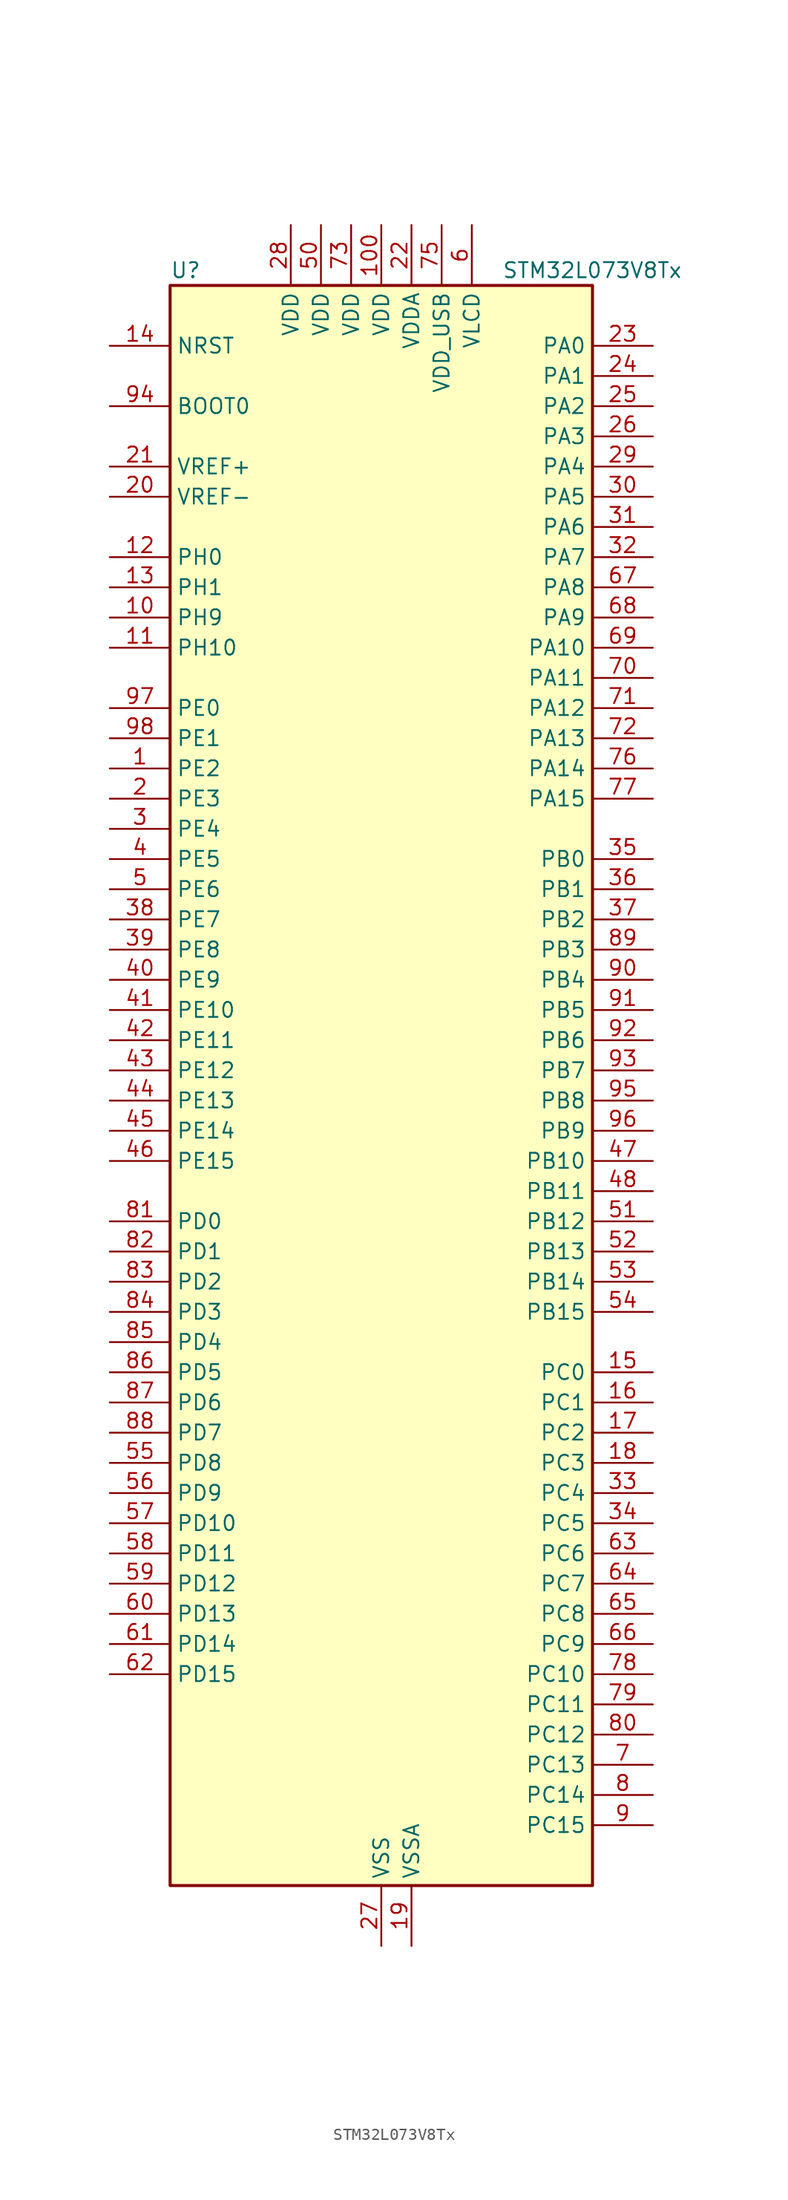
<source format=kicad_sym>
(kicad_symbol_lib
  (version 20241209)
  (generator "kicad_symbol_editor")
  (generator_version "9.0")
  (symbol "STM32L073V8Tx"
    (property "Reference" "U"
      (at -17.78 69.85 0)
      (effects (font (size 1.27 1.27)) (justify left)))
    (property "Value" "STM32L073V8Tx"
      (at 10.16 69.85 0)
      (effects (font (size 1.27 1.27)) (justify left)))
    (symbol "STM32L073V8Tx_0_1"
      (rectangle (start -17.78 -66.04) (end 17.78 68.58) (stroke (width 0.254) (type default)) (fill (type background))))
    (symbol "STM32L073V8Tx_1_1"
      (pin input line (at -22.86 63.5 0) (length 5.08) (name "NRST" (effects (font (size 1.27 1.27)))) (number "14" (effects (font (size 1.27 1.27)))))
      (pin input line (at -22.86 58.42 0) (length 5.08) (name "BOOT0" (effects (font (size 1.27 1.27)))) (number "94" (effects (font (size 1.27 1.27)))))
      (pin input line (at -22.86 53.34 0) (length 5.08) (name "VREF+" (effects (font (size 1.27 1.27)))) (number "21" (effects (font (size 1.27 1.27)))))
      (pin input line (at -22.86 50.8 0) (length 5.08) (name "VREF-" (effects (font (size 1.27 1.27)))) (number "20" (effects (font (size 1.27 1.27)))))
      (pin bidirectional line (at -22.86 45.72 0) (length 5.08) (name "PH0" (effects (font (size 1.27 1.27)))) (number "12" (effects (font (size 1.27 1.27)))) (alternate "CRS_SYNC" bidirectional line) (alternate "RCC_OSC_IN" bidirectional line))
      (pin bidirectional line (at -22.86 43.18 0) (length 5.08) (name "PH1" (effects (font (size 1.27 1.27)))) (number "13" (effects (font (size 1.27 1.27)))) (alternate "RCC_OSC_OUT" bidirectional line))
      (pin bidirectional line (at -22.86 40.64 0) (length 5.08) (name "PH9" (effects (font (size 1.27 1.27)))) (number "10" (effects (font (size 1.27 1.27)))) (alternate "DAC_EXTI9" bidirectional line))
      (pin bidirectional line (at -22.86 38.1 0) (length 5.08) (name "PH10" (effects (font (size 1.27 1.27)))) (number "11" (effects (font (size 1.27 1.27)))))
      (pin bidirectional line (at -22.86 33.02 0) (length 5.08) (name "PE0" (effects (font (size 1.27 1.27)))) (number "97" (effects (font (size 1.27 1.27)))) (alternate "LCD_SEG36" bidirectional line))
      (pin bidirectional line (at -22.86 30.48 0) (length 5.08) (name "PE1" (effects (font (size 1.27 1.27)))) (number "98" (effects (font (size 1.27 1.27)))) (alternate "LCD_SEG37" bidirectional line))
      (pin bidirectional line (at -22.86 27.94 0) (length 5.08) (name "PE2" (effects (font (size 1.27 1.27)))) (number "1" (effects (font (size 1.27 1.27)))) (alternate "LCD_SEG38" bidirectional line) (alternate "TIM3_ETR" bidirectional line))
      (pin bidirectional line (at -22.86 25.4 0) (length 5.08) (name "PE3" (effects (font (size 1.27 1.27)))) (number "2" (effects (font (size 1.27 1.27)))) (alternate "LCD_SEG39" bidirectional line) (alternate "TIM22_CH1" bidirectional line) (alternate "TIM3_CH1" bidirectional line))
      (pin bidirectional line (at -22.86 22.86 0) (length 5.08) (name "PE4" (effects (font (size 1.27 1.27)))) (number "3" (effects (font (size 1.27 1.27)))) (alternate "TIM22_CH2" bidirectional line) (alternate "TIM3_CH2" bidirectional line))
      (pin bidirectional line (at -22.86 20.32 0) (length 5.08) (name "PE5" (effects (font (size 1.27 1.27)))) (number "4" (effects (font (size 1.27 1.27)))) (alternate "TIM21_CH1" bidirectional line) (alternate "TIM3_CH3" bidirectional line))
      (pin bidirectional line (at -22.86 17.78 0) (length 5.08) (name "PE6" (effects (font (size 1.27 1.27)))) (number "5" (effects (font (size 1.27 1.27)))) (alternate "RTC_TAMP3" bidirectional line) (alternate "SYS_WKUP3" bidirectional line) (alternate "TIM21_CH2" bidirectional line) (alternate "TIM3_CH4" bidirectional line))
      (pin bidirectional line (at -22.86 15.24 0) (length 5.08) (name "PE7" (effects (font (size 1.27 1.27)))) (number "38" (effects (font (size 1.27 1.27)))) (alternate "LCD_SEG45" bidirectional line) (alternate "USART5_CK" bidirectional line) (alternate "USART5_DE" bidirectional line) (alternate "USART5_RTS" bidirectional line))
      (pin bidirectional line (at -22.86 12.7 0) (length 5.08) (name "PE8" (effects (font (size 1.27 1.27)))) (number "39" (effects (font (size 1.27 1.27)))) (alternate "LCD_SEG46" bidirectional line) (alternate "USART4_TX" bidirectional line))
      (pin bidirectional line (at -22.86 10.16 0) (length 5.08) (name "PE9" (effects (font (size 1.27 1.27)))) (number "40" (effects (font (size 1.27 1.27)))) (alternate "DAC_EXTI9" bidirectional line) (alternate "LCD_SEG47" bidirectional line) (alternate "TIM2_CH1" bidirectional line) (alternate "TIM2_ETR" bidirectional line) (alternate "USART4_RX" bidirectional line))
      (pin bidirectional line (at -22.86 7.62 0) (length 5.08) (name "PE10" (effects (font (size 1.27 1.27)))) (number "41" (effects (font (size 1.27 1.27)))) (alternate "LCD_SEG40" bidirectional line) (alternate "TIM2_CH2" bidirectional line) (alternate "USART5_TX" bidirectional line))
      (pin bidirectional line (at -22.86 5.08 0) (length 5.08) (name "PE11" (effects (font (size 1.27 1.27)))) (number "42" (effects (font (size 1.27 1.27)))) (alternate "ADC_EXTI11" bidirectional line) (alternate "LCD_VLCD1" bidirectional line) (alternate "TIM2_CH3" bidirectional line) (alternate "USART5_RX" bidirectional line))
      (pin bidirectional line (at -22.86 2.54 0) (length 5.08) (name "PE12" (effects (font (size 1.27 1.27)))) (number "43" (effects (font (size 1.27 1.27)))) (alternate "LCD_VLCD3" bidirectional line) (alternate "SPI1_NSS" bidirectional line) (alternate "TIM2_CH4" bidirectional line))
      (pin bidirectional line (at -22.86 0 0) (length 5.08) (name "PE13" (effects (font (size 1.27 1.27)))) (number "44" (effects (font (size 1.27 1.27)))) (alternate "LCD_SEG41" bidirectional line) (alternate "SPI1_SCK" bidirectional line))
      (pin bidirectional line (at -22.86 -2.54 0) (length 5.08) (name "PE14" (effects (font (size 1.27 1.27)))) (number "45" (effects (font (size 1.27 1.27)))) (alternate "LCD_SEG42" bidirectional line) (alternate "SPI1_MISO" bidirectional line))
      (pin bidirectional line (at -22.86 -5.08 0) (length 5.08) (name "PE15" (effects (font (size 1.27 1.27)))) (number "46" (effects (font (size 1.27 1.27)))) (alternate "LCD_SEG43" bidirectional line) (alternate "SPI1_MOSI" bidirectional line))
      (pin bidirectional line (at -22.86 -10.16 0) (length 5.08) (name "PD0" (effects (font (size 1.27 1.27)))) (number "81" (effects (font (size 1.27 1.27)))) (alternate "I2S2_WS" bidirectional line) (alternate "SPI2_NSS" bidirectional line) (alternate "TIM21_CH1" bidirectional line))
      (pin bidirectional line (at -22.86 -12.7 0) (length 5.08) (name "PD1" (effects (font (size 1.27 1.27)))) (number "82" (effects (font (size 1.27 1.27)))) (alternate "I2S2_CK" bidirectional line) (alternate "SPI2_SCK" bidirectional line))
      (pin bidirectional line (at -22.86 -15.24 0) (length 5.08) (name "PD2" (effects (font (size 1.27 1.27)))) (number "83" (effects (font (size 1.27 1.27)))) (alternate "LCD_COM7" bidirectional line) (alternate "LCD_SEG31" bidirectional line) (alternate "LCD_SEG51" bidirectional line) (alternate "LPUART1_DE" bidirectional line) (alternate "LPUART1_RTS" bidirectional line) (alternate "TIM3_ETR" bidirectional line) (alternate "USART5_RX" bidirectional line))
      (pin bidirectional line (at -22.86 -17.78 0) (length 5.08) (name "PD3" (effects (font (size 1.27 1.27)))) (number "84" (effects (font (size 1.27 1.27)))) (alternate "I2S2_MCK" bidirectional line) (alternate "LCD_SEG44" bidirectional line) (alternate "SPI2_MISO" bidirectional line) (alternate "USART2_CTS" bidirectional line))
      (pin bidirectional line (at -22.86 -20.32 0) (length 5.08) (name "PD4" (effects (font (size 1.27 1.27)))) (number "85" (effects (font (size 1.27 1.27)))) (alternate "I2S2_SD" bidirectional line) (alternate "SPI2_MOSI" bidirectional line) (alternate "USART2_DE" bidirectional line) (alternate "USART2_RTS" bidirectional line))
      (pin bidirectional line (at -22.86 -22.86 0) (length 5.08) (name "PD5" (effects (font (size 1.27 1.27)))) (number "86" (effects (font (size 1.27 1.27)))) (alternate "USART2_TX" bidirectional line))
      (pin bidirectional line (at -22.86 -25.4 0) (length 5.08) (name "PD6" (effects (font (size 1.27 1.27)))) (number "87" (effects (font (size 1.27 1.27)))) (alternate "USART2_RX" bidirectional line))
      (pin bidirectional line (at -22.86 -27.94 0) (length 5.08) (name "PD7" (effects (font (size 1.27 1.27)))) (number "88" (effects (font (size 1.27 1.27)))) (alternate "TIM21_CH2" bidirectional line) (alternate "USART2_CK" bidirectional line))
      (pin bidirectional line (at -22.86 -30.48 0) (length 5.08) (name "PD8" (effects (font (size 1.27 1.27)))) (number "55" (effects (font (size 1.27 1.27)))) (alternate "LCD_SEG28" bidirectional line) (alternate "LPUART1_TX" bidirectional line))
      (pin bidirectional line (at -22.86 -33.02 0) (length 5.08) (name "PD9" (effects (font (size 1.27 1.27)))) (number "56" (effects (font (size 1.27 1.27)))) (alternate "DAC_EXTI9" bidirectional line) (alternate "LCD_SEG29" bidirectional line) (alternate "LPUART1_RX" bidirectional line))
      (pin bidirectional line (at -22.86 -35.56 0) (length 5.08) (name "PD10" (effects (font (size 1.27 1.27)))) (number "57" (effects (font (size 1.27 1.27)))) (alternate "LCD_SEG30" bidirectional line))
      (pin bidirectional line (at -22.86 -38.1 0) (length 5.08) (name "PD11" (effects (font (size 1.27 1.27)))) (number "58" (effects (font (size 1.27 1.27)))) (alternate "ADC_EXTI11" bidirectional line) (alternate "LCD_SEG31" bidirectional line) (alternate "LPUART1_CTS" bidirectional line))
      (pin bidirectional line (at -22.86 -40.64 0) (length 5.08) (name "PD12" (effects (font (size 1.27 1.27)))) (number "59" (effects (font (size 1.27 1.27)))) (alternate "LCD_SEG32" bidirectional line) (alternate "LPUART1_DE" bidirectional line) (alternate "LPUART1_RTS" bidirectional line))
      (pin bidirectional line (at -22.86 -43.18 0) (length 5.08) (name "PD13" (effects (font (size 1.27 1.27)))) (number "60" (effects (font (size 1.27 1.27)))) (alternate "LCD_SEG33" bidirectional line))
      (pin bidirectional line (at -22.86 -45.72 0) (length 5.08) (name "PD14" (effects (font (size 1.27 1.27)))) (number "61" (effects (font (size 1.27 1.27)))) (alternate "LCD_SEG34" bidirectional line))
      (pin bidirectional line (at -22.86 -48.26 0) (length 5.08) (name "PD15" (effects (font (size 1.27 1.27)))) (number "62" (effects (font (size 1.27 1.27)))) (alternate "CRS_SYNC" bidirectional line) (alternate "LCD_SEG35" bidirectional line))
      (pin power_in line (at -7.62 73.66 270) (length 5.08) (name "VDD" (effects (font (size 1.27 1.27)))) (number "28" (effects (font (size 1.27 1.27)))))
      (pin power_in line (at -5.08 73.66 270) (length 5.08) (name "VDD" (effects (font (size 1.27 1.27)))) (number "50" (effects (font (size 1.27 1.27)))))
      (pin power_in line (at -2.54 73.66 270) (length 5.08) (name "VDD" (effects (font (size 1.27 1.27)))) (number "73" (effects (font (size 1.27 1.27)))))
      (pin power_in line (at 0 73.66 270) (length 5.08) (name "VDD" (effects (font (size 1.27 1.27)))) (number "100" (effects (font (size 1.27 1.27)))))
      (pin power_in line (at 0 -71.12 90) (length 5.08) (name "VSS" (effects (font (size 1.27 1.27)))) (number "27" (effects (font (size 1.27 1.27)))))
      (pin passive line (at 0 -71.12 90) (length 5.08) (hide yes) (name "VSS" (effects (font (size 1.27 1.27)))) (number "49" (effects (font (size 1.27 1.27)))))
      (pin passive line (at 0 -71.12 90) (length 5.08) (hide yes) (name "VSS" (effects (font (size 1.27 1.27)))) (number "74" (effects (font (size 1.27 1.27)))))
      (pin passive line (at 0 -71.12 90) (length 5.08) (hide yes) (name "VSS" (effects (font (size 1.27 1.27)))) (number "99" (effects (font (size 1.27 1.27)))))
      (pin power_in line (at 2.54 73.66 270) (length 5.08) (name "VDDA" (effects (font (size 1.27 1.27)))) (number "22" (effects (font (size 1.27 1.27)))))
      (pin power_in line (at 2.54 -71.12 90) (length 5.08) (name "VSSA" (effects (font (size 1.27 1.27)))) (number "19" (effects (font (size 1.27 1.27)))))
      (pin power_in line (at 5.08 73.66 270) (length 5.08) (name "VDD_USB" (effects (font (size 1.27 1.27)))) (number "75" (effects (font (size 1.27 1.27)))))
      (pin power_in line (at 7.62 73.66 270) (length 5.08) (name "VLCD" (effects (font (size 1.27 1.27)))) (number "6" (effects (font (size 1.27 1.27)))))
      (pin bidirectional line (at 22.86 63.5 180) (length 5.08) (name "PA0" (effects (font (size 1.27 1.27)))) (number "23" (effects (font (size 1.27 1.27)))) (alternate "ADC_IN0" bidirectional line) (alternate "COMP1_INM" bidirectional line) (alternate "COMP1_OUT" bidirectional line) (alternate "RTC_TAMP2" bidirectional line) (alternate "SYS_WKUP1" bidirectional line) (alternate "TIM2_CH1" bidirectional line) (alternate "TIM2_ETR" bidirectional line) (alternate "TSC_G1_IO1" bidirectional line) (alternate "USART2_CTS" bidirectional line) (alternate "USART4_TX" bidirectional line))
      (pin bidirectional line (at 22.86 60.96 180) (length 5.08) (name "PA1" (effects (font (size 1.27 1.27)))) (number "24" (effects (font (size 1.27 1.27)))) (alternate "ADC_IN1" bidirectional line) (alternate "COMP1_INP" bidirectional line) (alternate "LCD_SEG0" bidirectional line) (alternate "TIM21_ETR" bidirectional line) (alternate "TIM2_CH2" bidirectional line) (alternate "TSC_G1_IO2" bidirectional line) (alternate "USART2_DE" bidirectional line) (alternate "USART2_RTS" bidirectional line) (alternate "USART4_RX" bidirectional line))
      (pin bidirectional line (at 22.86 58.42 180) (length 5.08) (name "PA2" (effects (font (size 1.27 1.27)))) (number "25" (effects (font (size 1.27 1.27)))) (alternate "ADC_IN2" bidirectional line) (alternate "COMP2_INM" bidirectional line) (alternate "COMP2_OUT" bidirectional line) (alternate "LCD_SEG1" bidirectional line) (alternate "LPUART1_TX" bidirectional line) (alternate "TIM21_CH1" bidirectional line) (alternate "TIM2_CH3" bidirectional line) (alternate "TSC_G1_IO3" bidirectional line) (alternate "USART2_TX" bidirectional line))
      (pin bidirectional line (at 22.86 55.88 180) (length 5.08) (name "PA3" (effects (font (size 1.27 1.27)))) (number "26" (effects (font (size 1.27 1.27)))) (alternate "ADC_IN3" bidirectional line) (alternate "COMP2_INP" bidirectional line) (alternate "LCD_SEG2" bidirectional line) (alternate "LPUART1_RX" bidirectional line) (alternate "TIM21_CH2" bidirectional line) (alternate "TIM2_CH4" bidirectional line) (alternate "TSC_G1_IO4" bidirectional line) (alternate "USART2_RX" bidirectional line))
      (pin bidirectional line (at 22.86 53.34 180) (length 5.08) (name "PA4" (effects (font (size 1.27 1.27)))) (number "29" (effects (font (size 1.27 1.27)))) (alternate "ADC_IN4" bidirectional line) (alternate "COMP1_INM" bidirectional line) (alternate "COMP2_INM" bidirectional line) (alternate "DAC_OUT1" bidirectional line) (alternate "SPI1_NSS" bidirectional line) (alternate "TIM22_ETR" bidirectional line) (alternate "TSC_G2_IO1" bidirectional line) (alternate "USART2_CK" bidirectional line))
      (pin bidirectional line (at 22.86 50.8 180) (length 5.08) (name "PA5" (effects (font (size 1.27 1.27)))) (number "30" (effects (font (size 1.27 1.27)))) (alternate "ADC_IN5" bidirectional line) (alternate "COMP1_INM" bidirectional line) (alternate "COMP2_INM" bidirectional line) (alternate "DAC_OUT2" bidirectional line) (alternate "SPI1_SCK" bidirectional line) (alternate "TIM2_CH1" bidirectional line) (alternate "TIM2_ETR" bidirectional line) (alternate "TSC_G2_IO2" bidirectional line))
      (pin bidirectional line (at 22.86 48.26 180) (length 5.08) (name "PA6" (effects (font (size 1.27 1.27)))) (number "31" (effects (font (size 1.27 1.27)))) (alternate "ADC_IN6" bidirectional line) (alternate "COMP1_OUT" bidirectional line) (alternate "LCD_SEG3" bidirectional line) (alternate "LPUART1_CTS" bidirectional line) (alternate "SPI1_MISO" bidirectional line) (alternate "TIM22_CH1" bidirectional line) (alternate "TIM3_CH1" bidirectional line) (alternate "TSC_G2_IO3" bidirectional line))
      (pin bidirectional line (at 22.86 45.72 180) (length 5.08) (name "PA7" (effects (font (size 1.27 1.27)))) (number "32" (effects (font (size 1.27 1.27)))) (alternate "ADC_IN7" bidirectional line) (alternate "COMP2_OUT" bidirectional line) (alternate "LCD_SEG4" bidirectional line) (alternate "SPI1_MOSI" bidirectional line) (alternate "TIM22_CH2" bidirectional line) (alternate "TIM3_CH2" bidirectional line) (alternate "TSC_G2_IO4" bidirectional line))
      (pin bidirectional line (at 22.86 43.18 180) (length 5.08) (name "PA8" (effects (font (size 1.27 1.27)))) (number "67" (effects (font (size 1.27 1.27)))) (alternate "CRS_SYNC" bidirectional line) (alternate "I2C3_SCL" bidirectional line) (alternate "LCD_COM0" bidirectional line) (alternate "RCC_MCO" bidirectional line) (alternate "USART1_CK" bidirectional line))
      (pin bidirectional line (at 22.86 40.64 180) (length 5.08) (name "PA9" (effects (font (size 1.27 1.27)))) (number "68" (effects (font (size 1.27 1.27)))) (alternate "DAC_EXTI9" bidirectional line) (alternate "I2C1_SCL" bidirectional line) (alternate "I2C3_SMBA" bidirectional line) (alternate "LCD_COM1" bidirectional line) (alternate "RCC_MCO" bidirectional line) (alternate "TSC_G4_IO1" bidirectional line) (alternate "USART1_TX" bidirectional line))
      (pin bidirectional line (at 22.86 38.1 180) (length 5.08) (name "PA10" (effects (font (size 1.27 1.27)))) (number "69" (effects (font (size 1.27 1.27)))) (alternate "I2C1_SDA" bidirectional line) (alternate "LCD_COM2" bidirectional line) (alternate "TSC_G4_IO2" bidirectional line) (alternate "USART1_RX" bidirectional line))
      (pin bidirectional line (at 22.86 35.56 180) (length 5.08) (name "PA11" (effects (font (size 1.27 1.27)))) (number "70" (effects (font (size 1.27 1.27)))) (alternate "ADC_EXTI11" bidirectional line) (alternate "COMP1_OUT" bidirectional line) (alternate "SPI1_MISO" bidirectional line) (alternate "TSC_G4_IO3" bidirectional line) (alternate "USART1_CTS" bidirectional line) (alternate "USB_DM" bidirectional line))
      (pin bidirectional line (at 22.86 33.02 180) (length 5.08) (name "PA12" (effects (font (size 1.27 1.27)))) (number "71" (effects (font (size 1.27 1.27)))) (alternate "COMP2_OUT" bidirectional line) (alternate "SPI1_MOSI" bidirectional line) (alternate "TSC_G4_IO4" bidirectional line) (alternate "USART1_DE" bidirectional line) (alternate "USART1_RTS" bidirectional line) (alternate "USB_DP" bidirectional line))
      (pin bidirectional line (at 22.86 30.48 180) (length 5.08) (name "PA13" (effects (font (size 1.27 1.27)))) (number "72" (effects (font (size 1.27 1.27)))) (alternate "LPUART1_RX" bidirectional line) (alternate "SYS_SWDIO" bidirectional line) (alternate "USB_NOE" bidirectional line))
      (pin bidirectional line (at 22.86 27.94 180) (length 5.08) (name "PA14" (effects (font (size 1.27 1.27)))) (number "76" (effects (font (size 1.27 1.27)))) (alternate "LPUART1_TX" bidirectional line) (alternate "SYS_SWCLK" bidirectional line) (alternate "USART2_TX" bidirectional line))
      (pin bidirectional line (at 22.86 25.4 180) (length 5.08) (name "PA15" (effects (font (size 1.27 1.27)))) (number "77" (effects (font (size 1.27 1.27)))) (alternate "LCD_SEG17" bidirectional line) (alternate "SPI1_NSS" bidirectional line) (alternate "TIM2_CH1" bidirectional line) (alternate "TIM2_ETR" bidirectional line) (alternate "USART2_RX" bidirectional line) (alternate "USART4_DE" bidirectional line) (alternate "USART4_RTS" bidirectional line))
      (pin bidirectional line (at 22.86 20.32 180) (length 5.08) (name "PB0" (effects (font (size 1.27 1.27)))) (number "35" (effects (font (size 1.27 1.27)))) (alternate "ADC_IN8" bidirectional line) (alternate "LCD_SEG5" bidirectional line) (alternate "LCD_VLCD3" bidirectional line) (alternate "SYS_VREF_OUT_PB0" bidirectional line) (alternate "TIM3_CH3" bidirectional line) (alternate "TSC_G3_IO2" bidirectional line))
      (pin bidirectional line (at 22.86 17.78 180) (length 5.08) (name "PB1" (effects (font (size 1.27 1.27)))) (number "36" (effects (font (size 1.27 1.27)))) (alternate "ADC_IN9" bidirectional line) (alternate "LCD_SEG6" bidirectional line) (alternate "LPUART1_DE" bidirectional line) (alternate "LPUART1_RTS" bidirectional line) (alternate "SYS_VREF_OUT_PB1" bidirectional line) (alternate "TIM3_CH4" bidirectional line) (alternate "TSC_G3_IO3" bidirectional line))
      (pin bidirectional line (at 22.86 15.24 180) (length 5.08) (name "PB2" (effects (font (size 1.27 1.27)))) (number "37" (effects (font (size 1.27 1.27)))) (alternate "I2C3_SMBA" bidirectional line) (alternate "LCD_VLCD2" bidirectional line) (alternate "LPTIM1_OUT" bidirectional line) (alternate "TSC_G3_IO4" bidirectional line))
      (pin bidirectional line (at 22.86 12.7 180) (length 5.08) (name "PB3" (effects (font (size 1.27 1.27)))) (number "89" (effects (font (size 1.27 1.27)))) (alternate "COMP2_INM" bidirectional line) (alternate "LCD_SEG7" bidirectional line) (alternate "SPI1_SCK" bidirectional line) (alternate "TIM2_CH2" bidirectional line) (alternate "TSC_G5_IO1" bidirectional line) (alternate "USART1_DE" bidirectional line) (alternate "USART1_RTS" bidirectional line) (alternate "USART5_TX" bidirectional line))
      (pin bidirectional line (at 22.86 10.16 180) (length 5.08) (name "PB4" (effects (font (size 1.27 1.27)))) (number "90" (effects (font (size 1.27 1.27)))) (alternate "COMP2_INP" bidirectional line) (alternate "I2C3_SDA" bidirectional line) (alternate "LCD_SEG8" bidirectional line) (alternate "SPI1_MISO" bidirectional line) (alternate "TIM22_CH1" bidirectional line) (alternate "TIM3_CH1" bidirectional line) (alternate "TSC_G5_IO2" bidirectional line) (alternate "USART1_CTS" bidirectional line) (alternate "USART5_RX" bidirectional line))
      (pin bidirectional line (at 22.86 7.62 180) (length 5.08) (name "PB5" (effects (font (size 1.27 1.27)))) (number "91" (effects (font (size 1.27 1.27)))) (alternate "COMP2_INP" bidirectional line) (alternate "I2C1_SMBA" bidirectional line) (alternate "LCD_SEG9" bidirectional line) (alternate "LPTIM1_IN1" bidirectional line) (alternate "SPI1_MOSI" bidirectional line) (alternate "TIM22_CH2" bidirectional line) (alternate "TIM3_CH2" bidirectional line) (alternate "USART1_CK" bidirectional line) (alternate "USART5_CK" bidirectional line) (alternate "USART5_DE" bidirectional line) (alternate "USART5_RTS" bidirectional line))
      (pin bidirectional line (at 22.86 5.08 180) (length 5.08) (name "PB6" (effects (font (size 1.27 1.27)))) (number "92" (effects (font (size 1.27 1.27)))) (alternate "COMP2_INP" bidirectional line) (alternate "I2C1_SCL" bidirectional line) (alternate "LPTIM1_ETR" bidirectional line) (alternate "TSC_G5_IO3" bidirectional line) (alternate "USART1_TX" bidirectional line))
      (pin bidirectional line (at 22.86 2.54 180) (length 5.08) (name "PB7" (effects (font (size 1.27 1.27)))) (number "93" (effects (font (size 1.27 1.27)))) (alternate "COMP2_INP" bidirectional line) (alternate "I2C1_SDA" bidirectional line) (alternate "LPTIM1_IN2" bidirectional line) (alternate "SYS_PVD_IN" bidirectional line) (alternate "TSC_G5_IO4" bidirectional line) (alternate "USART1_RX" bidirectional line) (alternate "USART4_CTS" bidirectional line))
      (pin bidirectional line (at 22.86 0 180) (length 5.08) (name "PB8" (effects (font (size 1.27 1.27)))) (number "95" (effects (font (size 1.27 1.27)))) (alternate "I2C1_SCL" bidirectional line) (alternate "LCD_SEG16" bidirectional line) (alternate "TSC_SYNC" bidirectional line))
      (pin bidirectional line (at 22.86 -2.54 180) (length 5.08) (name "PB9" (effects (font (size 1.27 1.27)))) (number "96" (effects (font (size 1.27 1.27)))) (alternate "DAC_EXTI9" bidirectional line) (alternate "I2C1_SDA" bidirectional line) (alternate "I2S2_WS" bidirectional line) (alternate "LCD_COM3" bidirectional line) (alternate "SPI2_NSS" bidirectional line))
      (pin bidirectional line (at 22.86 -5.08 180) (length 5.08) (name "PB10" (effects (font (size 1.27 1.27)))) (number "47" (effects (font (size 1.27 1.27)))) (alternate "I2C2_SCL" bidirectional line) (alternate "LCD_SEG10" bidirectional line) (alternate "LPUART1_RX" bidirectional line) (alternate "LPUART1_TX" bidirectional line) (alternate "SPI2_SCK" bidirectional line) (alternate "TIM2_CH3" bidirectional line) (alternate "TSC_SYNC" bidirectional line))
      (pin bidirectional line (at 22.86 -7.62 180) (length 5.08) (name "PB11" (effects (font (size 1.27 1.27)))) (number "48" (effects (font (size 1.27 1.27)))) (alternate "ADC_EXTI11" bidirectional line) (alternate "I2C2_SDA" bidirectional line) (alternate "LCD_SEG11" bidirectional line) (alternate "LPUART1_RX" bidirectional line) (alternate "LPUART1_TX" bidirectional line) (alternate "TIM2_CH4" bidirectional line) (alternate "TSC_G6_IO1" bidirectional line))
      (pin bidirectional line (at 22.86 -10.16 180) (length 5.08) (name "PB12" (effects (font (size 1.27 1.27)))) (number "51" (effects (font (size 1.27 1.27)))) (alternate "I2S2_WS" bidirectional line) (alternate "LCD_SEG12" bidirectional line) (alternate "LCD_VLCD2" bidirectional line) (alternate "LPUART1_DE" bidirectional line) (alternate "LPUART1_RTS" bidirectional line) (alternate "SPI2_NSS" bidirectional line) (alternate "TSC_G6_IO2" bidirectional line))
      (pin bidirectional line (at 22.86 -12.7 180) (length 5.08) (name "PB13" (effects (font (size 1.27 1.27)))) (number "52" (effects (font (size 1.27 1.27)))) (alternate "I2C2_SCL" bidirectional line) (alternate "I2S2_CK" bidirectional line) (alternate "LCD_SEG13" bidirectional line) (alternate "LPUART1_CTS" bidirectional line) (alternate "RCC_MCO" bidirectional line) (alternate "SPI2_SCK" bidirectional line) (alternate "TIM21_CH1" bidirectional line) (alternate "TSC_G6_IO3" bidirectional line))
      (pin bidirectional line (at 22.86 -15.24 180) (length 5.08) (name "PB14" (effects (font (size 1.27 1.27)))) (number "53" (effects (font (size 1.27 1.27)))) (alternate "I2C2_SDA" bidirectional line) (alternate "I2S2_MCK" bidirectional line) (alternate "LCD_SEG14" bidirectional line) (alternate "LPUART1_DE" bidirectional line) (alternate "LPUART1_RTS" bidirectional line) (alternate "RTC_OUT_ALARM" bidirectional line) (alternate "RTC_OUT_CALIB" bidirectional line) (alternate "SPI2_MISO" bidirectional line) (alternate "TIM21_CH2" bidirectional line) (alternate "TSC_G6_IO4" bidirectional line))
      (pin bidirectional line (at 22.86 -17.78 180) (length 5.08) (name "PB15" (effects (font (size 1.27 1.27)))) (number "54" (effects (font (size 1.27 1.27)))) (alternate "I2S2_SD" bidirectional line) (alternate "LCD_SEG15" bidirectional line) (alternate "RTC_REFIN" bidirectional line) (alternate "SPI2_MOSI" bidirectional line))
      (pin bidirectional line (at 22.86 -22.86 180) (length 5.08) (name "PC0" (effects (font (size 1.27 1.27)))) (number "15" (effects (font (size 1.27 1.27)))) (alternate "ADC_IN10" bidirectional line) (alternate "I2C3_SCL" bidirectional line) (alternate "LCD_SEG18" bidirectional line) (alternate "LPTIM1_IN1" bidirectional line) (alternate "LPUART1_RX" bidirectional line) (alternate "TSC_G7_IO1" bidirectional line))
      (pin bidirectional line (at 22.86 -25.4 180) (length 5.08) (name "PC1" (effects (font (size 1.27 1.27)))) (number "16" (effects (font (size 1.27 1.27)))) (alternate "ADC_IN11" bidirectional line) (alternate "I2C3_SDA" bidirectional line) (alternate "LCD_SEG19" bidirectional line) (alternate "LPTIM1_OUT" bidirectional line) (alternate "LPUART1_TX" bidirectional line) (alternate "TSC_G7_IO2" bidirectional line))
      (pin bidirectional line (at 22.86 -27.94 180) (length 5.08) (name "PC2" (effects (font (size 1.27 1.27)))) (number "17" (effects (font (size 1.27 1.27)))) (alternate "ADC_IN12" bidirectional line) (alternate "I2S2_MCK" bidirectional line) (alternate "LCD_SEG20" bidirectional line) (alternate "LPTIM1_IN2" bidirectional line) (alternate "SPI2_MISO" bidirectional line) (alternate "TSC_G7_IO3" bidirectional line))
      (pin bidirectional line (at 22.86 -30.48 180) (length 5.08) (name "PC3" (effects (font (size 1.27 1.27)))) (number "18" (effects (font (size 1.27 1.27)))) (alternate "ADC_IN13" bidirectional line) (alternate "I2S2_SD" bidirectional line) (alternate "LCD_SEG21" bidirectional line) (alternate "LPTIM1_ETR" bidirectional line) (alternate "SPI2_MOSI" bidirectional line) (alternate "TSC_G7_IO4" bidirectional line))
      (pin bidirectional line (at 22.86 -33.02 180) (length 5.08) (name "PC4" (effects (font (size 1.27 1.27)))) (number "33" (effects (font (size 1.27 1.27)))) (alternate "ADC_IN14" bidirectional line) (alternate "LCD_SEG22" bidirectional line) (alternate "LPUART1_TX" bidirectional line))
      (pin bidirectional line (at 22.86 -35.56 180) (length 5.08) (name "PC5" (effects (font (size 1.27 1.27)))) (number "34" (effects (font (size 1.27 1.27)))) (alternate "ADC_IN15" bidirectional line) (alternate "LCD_SEG23" bidirectional line) (alternate "LPUART1_RX" bidirectional line) (alternate "TSC_G3_IO1" bidirectional line))
      (pin bidirectional line (at 22.86 -38.1 180) (length 5.08) (name "PC6" (effects (font (size 1.27 1.27)))) (number "63" (effects (font (size 1.27 1.27)))) (alternate "LCD_SEG24" bidirectional line) (alternate "TIM22_CH1" bidirectional line) (alternate "TIM3_CH1" bidirectional line) (alternate "TSC_G8_IO1" bidirectional line))
      (pin bidirectional line (at 22.86 -40.64 180) (length 5.08) (name "PC7" (effects (font (size 1.27 1.27)))) (number "64" (effects (font (size 1.27 1.27)))) (alternate "LCD_SEG25" bidirectional line) (alternate "TIM22_CH2" bidirectional line) (alternate "TIM3_CH2" bidirectional line) (alternate "TSC_G8_IO2" bidirectional line))
      (pin bidirectional line (at 22.86 -43.18 180) (length 5.08) (name "PC8" (effects (font (size 1.27 1.27)))) (number "65" (effects (font (size 1.27 1.27)))) (alternate "LCD_SEG26" bidirectional line) (alternate "TIM22_ETR" bidirectional line) (alternate "TIM3_CH3" bidirectional line) (alternate "TSC_G8_IO3" bidirectional line))
      (pin bidirectional line (at 22.86 -45.72 180) (length 5.08) (name "PC9" (effects (font (size 1.27 1.27)))) (number "66" (effects (font (size 1.27 1.27)))) (alternate "DAC_EXTI9" bidirectional line) (alternate "I2C3_SDA" bidirectional line) (alternate "LCD_SEG27" bidirectional line) (alternate "TIM21_ETR" bidirectional line) (alternate "TIM3_CH4" bidirectional line) (alternate "TSC_G8_IO4" bidirectional line) (alternate "USB_NOE" bidirectional line))
      (pin bidirectional line (at 22.86 -48.26 180) (length 5.08) (name "PC10" (effects (font (size 1.27 1.27)))) (number "78" (effects (font (size 1.27 1.27)))) (alternate "LCD_COM4" bidirectional line) (alternate "LCD_SEG28" bidirectional line) (alternate "LCD_SEG48" bidirectional line) (alternate "LPUART1_TX" bidirectional line) (alternate "USART4_TX" bidirectional line))
      (pin bidirectional line (at 22.86 -50.8 180) (length 5.08) (name "PC11" (effects (font (size 1.27 1.27)))) (number "79" (effects (font (size 1.27 1.27)))) (alternate "ADC_EXTI11" bidirectional line) (alternate "LCD_COM5" bidirectional line) (alternate "LCD_SEG29" bidirectional line) (alternate "LCD_SEG49" bidirectional line) (alternate "LPUART1_RX" bidirectional line) (alternate "USART4_RX" bidirectional line))
      (pin bidirectional line (at 22.86 -53.34 180) (length 5.08) (name "PC12" (effects (font (size 1.27 1.27)))) (number "80" (effects (font (size 1.27 1.27)))) (alternate "LCD_COM6" bidirectional line) (alternate "LCD_SEG30" bidirectional line) (alternate "LCD_SEG50" bidirectional line) (alternate "USART4_CK" bidirectional line) (alternate "USART5_TX" bidirectional line))
      (pin bidirectional line (at 22.86 -55.88 180) (length 5.08) (name "PC13" (effects (font (size 1.27 1.27)))) (number "7" (effects (font (size 1.27 1.27)))) (alternate "RTC_OUT_ALARM" bidirectional line) (alternate "RTC_OUT_CALIB" bidirectional line) (alternate "RTC_TAMP1" bidirectional line) (alternate "RTC_TS" bidirectional line) (alternate "SYS_WKUP2" bidirectional line))
      (pin bidirectional line (at 22.86 -58.42 180) (length 5.08) (name "PC14" (effects (font (size 1.27 1.27)))) (number "8" (effects (font (size 1.27 1.27)))) (alternate "RCC_OSC32_IN" bidirectional line))
      (pin bidirectional line (at 22.86 -60.96 180) (length 5.08) (name "PC15" (effects (font (size 1.27 1.27)))) (number "9" (effects (font (size 1.27 1.27)))) (alternate "RCC_OSC32_OUT" bidirectional line)))))
</source>
